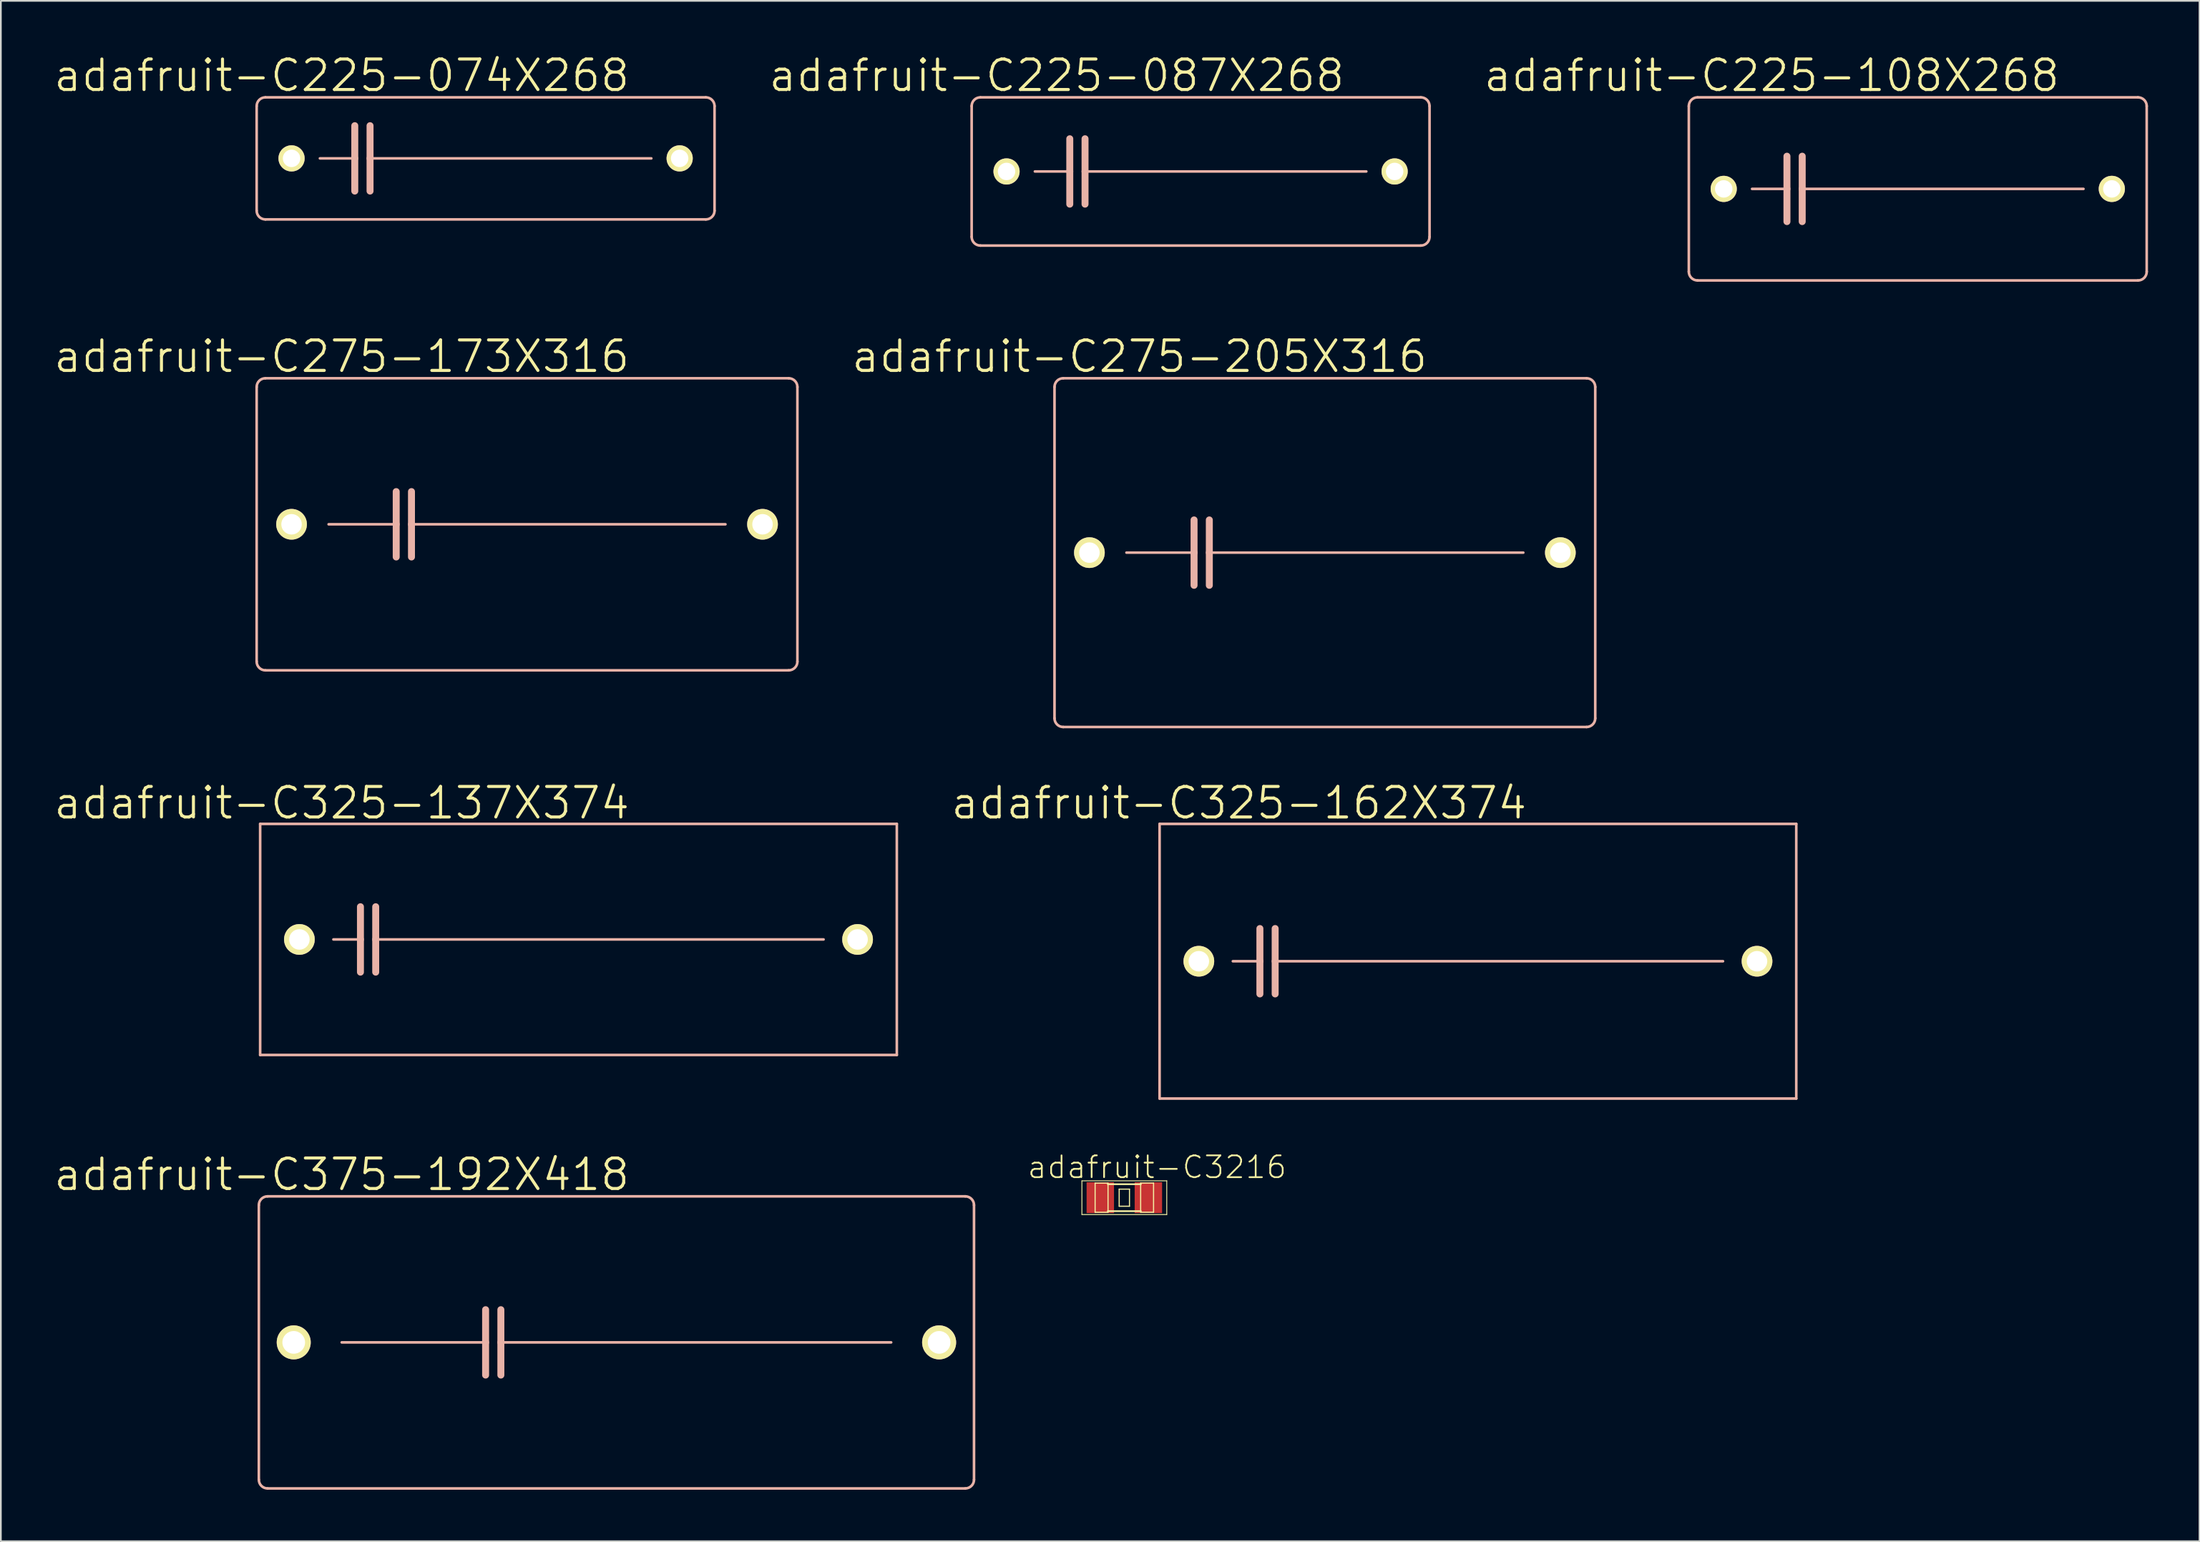
<source format=kicad_pcb>
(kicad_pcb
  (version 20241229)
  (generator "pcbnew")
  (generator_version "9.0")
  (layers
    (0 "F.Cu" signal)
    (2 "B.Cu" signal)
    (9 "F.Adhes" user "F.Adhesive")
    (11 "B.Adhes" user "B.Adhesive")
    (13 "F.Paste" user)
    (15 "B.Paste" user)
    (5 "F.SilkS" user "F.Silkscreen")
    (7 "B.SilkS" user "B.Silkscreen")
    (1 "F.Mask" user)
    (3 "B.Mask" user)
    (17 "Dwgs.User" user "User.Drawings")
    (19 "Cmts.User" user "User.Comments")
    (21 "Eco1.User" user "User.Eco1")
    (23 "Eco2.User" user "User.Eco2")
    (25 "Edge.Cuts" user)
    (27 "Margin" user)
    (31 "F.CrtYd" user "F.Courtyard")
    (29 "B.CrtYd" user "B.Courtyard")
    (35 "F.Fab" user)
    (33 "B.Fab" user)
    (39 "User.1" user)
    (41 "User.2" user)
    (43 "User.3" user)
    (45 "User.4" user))
  (footprint "adafruit-C3216"
    (layer "F.Cu")
    (at 62.439 66.734)
    (property "Reference" "adafruit-C3216" (at 1.905 -1.778 0) (layer "F.SilkS") (effects (font (size 1.27 1.27) (thickness 0.102))))
    (attr smd)
    (fp_line (start -2.471 -0.983) (end 2.471 -0.983) (stroke (width 0.051) (type solid)) (layer "F.SilkS"))
    (fp_line (start -2.471 0.983) (end -2.471 -0.983) (stroke (width 0.051) (type solid)) (layer "F.SilkS"))
    (fp_line (start -1.702 -0.848) (end -0.95 -0.848) (stroke (width 0.066) (type solid)) (layer "F.SilkS"))
    (fp_line (start -1.702 0.851) (end -1.702 -0.848) (stroke (width 0.066) (type solid)) (layer "F.SilkS"))
    (fp_line (start -1.702 0.851) (end -0.95 0.851) (stroke (width 0.066) (type solid)) (layer "F.SilkS"))
    (fp_line (start -0.963 -0.785) (end 0.963 -0.785) (stroke (width 0.102) (type solid)) (layer "F.SilkS"))
    (fp_line (start -0.963 0.785) (end 0.963 0.785) (stroke (width 0.102) (type solid)) (layer "F.SilkS"))
    (fp_line (start -0.95 0.851) (end -0.95 -0.848) (stroke (width 0.066) (type solid)) (layer "F.SilkS"))
    (fp_line (start -0.3 -0.498) (end 0.3 -0.498) (stroke (width 0.066) (type solid)) (layer "F.SilkS"))
    (fp_line (start -0.3 0.498) (end -0.3 -0.498) (stroke (width 0.066) (type solid)) (layer "F.SilkS"))
    (fp_line (start -0.3 0.498) (end 0.3 0.498) (stroke (width 0.066) (type solid)) (layer "F.SilkS"))
    (fp_line (start 0.3 0.498) (end 0.3 -0.498) (stroke (width 0.066) (type solid)) (layer "F.SilkS"))
    (fp_line (start 0.95 -0.851) (end 1.702 -0.851) (stroke (width 0.066) (type solid)) (layer "F.SilkS"))
    (fp_line (start 0.95 0.848) (end 0.95 -0.851) (stroke (width 0.066) (type solid)) (layer "F.SilkS"))
    (fp_line (start 0.95 0.848) (end 1.702 0.848) (stroke (width 0.066) (type solid)) (layer "F.SilkS"))
    (fp_line (start 1.702 0.848) (end 1.702 -0.851) (stroke (width 0.066) (type solid)) (layer "F.SilkS"))
    (fp_line (start 2.471 -0.983) (end 2.471 0.983) (stroke (width 0.051) (type solid)) (layer "F.SilkS"))
    (fp_line (start 2.471 0.983) (end -2.471 0.983) (stroke (width 0.051) (type solid)) (layer "F.SilkS"))
    (pad "1" smd rect (at -1.4 0) (size 1.598 1.798) (layers "F.Cu" "F.Mask" "F.Paste"))
    (pad "2" smd rect (at 1.4 0) (size 1.598 1.798) (layers "F.Cu" "F.Mask" "F.Paste")))
  (footprint "adafruit-C275-205X316"
    (layer "F.Cu")
    (at 74.12 29.149)
    (property "Reference" "adafruit-C275-205X316" (at -10.795 -11.43 0) (layer "F.SilkS") (effects (font (size 1.778 1.778) (thickness 0.178))))
    (attr exclude_from_pos_files exclude_from_bom)
    (fp_line (start -15.748 9.652) (end -15.748 -9.652) (stroke (width 0.152) (type solid)) (layer "B.SilkS"))
    (fp_line (start -15.24 -10.16) (end 15.24 -10.16) (stroke (width 0.152) (type solid)) (layer "B.SilkS"))
    (fp_line (start -11.557 0) (end -7.62 0) (stroke (width 0.152) (type solid)) (layer "B.SilkS"))
    (fp_line (start -7.62 -1.905) (end -7.62 0) (stroke (width 0.406) (type solid)) (layer "B.SilkS"))
    (fp_line (start -7.62 0) (end -7.62 1.905) (stroke (width 0.406) (type solid)) (layer "B.SilkS"))
    (fp_line (start -6.731 -1.905) (end -6.731 0) (stroke (width 0.406) (type solid)) (layer "B.SilkS"))
    (fp_line (start -6.731 0) (end -6.731 1.905) (stroke (width 0.406) (type solid)) (layer "B.SilkS"))
    (fp_line (start -6.731 0) (end 11.557 0) (stroke (width 0.152) (type solid)) (layer "B.SilkS"))
    (fp_line (start 15.24 10.16) (end -15.24 10.16) (stroke (width 0.152) (type solid)) (layer "B.SilkS"))
    (fp_line (start 15.748 -9.652) (end 15.748 9.652) (stroke (width 0.152) (type solid)) (layer "B.SilkS"))
    (fp_arc (start -15.748 -9.652) (mid -15.59921 -10.01121) (end -15.24 -10.16) (stroke (width 0.1524) (type solid)) (layer "B.SilkS"))
    (fp_arc (start -15.24 10.16) (mid -15.59921 10.01121) (end -15.748 9.652) (stroke (width 0.1524) (type solid)) (layer "B.SilkS"))
    (fp_arc (start 15.24 -10.16) (mid 15.59921 -10.01121) (end 15.748 -9.652) (stroke (width 0.1524) (type solid)) (layer "B.SilkS"))
    (fp_arc (start 15.748 9.652) (mid 15.59921 10.01121) (end 15.24 10.16) (stroke (width 0.1524) (type solid)) (layer "B.SilkS"))
    (pad "1" thru_hole circle (at -13.716 0) (size 1.788 1.788) (drill 1.194) (layers "*.Cu" "F.Mask" "F.SilkS" "F.Paste"))
    (pad "2" thru_hole circle (at 13.716 0) (size 1.788 1.788) (drill 1.194) (layers "*.Cu" "F.Mask" "F.SilkS" "F.Paste")))
  (footprint "adafruit-C225-087X268"
    (layer "F.Cu")
    (at 66.881 6.94)
    (property "Reference" "adafruit-C225-087X268" (at -8.382 -5.588 0) (layer "F.SilkS") (effects (font (size 1.778 1.778) (thickness 0.178))))
    (attr exclude_from_pos_files exclude_from_bom)
    (fp_line (start -13.335 3.81) (end -13.335 -3.81) (stroke (width 0.152) (type solid)) (layer "B.SilkS"))
    (fp_line (start -12.827 -4.318) (end 12.827 -4.318) (stroke (width 0.152) (type solid)) (layer "B.SilkS"))
    (fp_line (start -9.652 0) (end -7.62 0) (stroke (width 0.152) (type solid)) (layer "B.SilkS"))
    (fp_line (start -7.62 -1.905) (end -7.62 0) (stroke (width 0.406) (type solid)) (layer "B.SilkS"))
    (fp_line (start -7.62 0) (end -7.62 1.905) (stroke (width 0.406) (type solid)) (layer "B.SilkS"))
    (fp_line (start -6.731 -1.905) (end -6.731 0) (stroke (width 0.406) (type solid)) (layer "B.SilkS"))
    (fp_line (start -6.731 0) (end -6.731 1.905) (stroke (width 0.406) (type solid)) (layer "B.SilkS"))
    (fp_line (start -6.731 0) (end 9.652 0) (stroke (width 0.152) (type solid)) (layer "B.SilkS"))
    (fp_line (start 12.827 4.318) (end -12.827 4.318) (stroke (width 0.152) (type solid)) (layer "B.SilkS"))
    (fp_line (start 13.335 -3.81) (end 13.335 3.81) (stroke (width 0.152) (type solid)) (layer "B.SilkS"))
    (fp_arc (start -13.335 -3.81) (mid -13.18621 -4.16921) (end -12.827 -4.318) (stroke (width 0.1524) (type solid)) (layer "B.SilkS"))
    (fp_arc (start -12.827 4.318) (mid -13.18621 4.16921) (end -13.335 3.81) (stroke (width 0.1524) (type solid)) (layer "B.SilkS"))
    (fp_arc (start 12.827 -4.318) (mid 13.18621 -4.16921) (end 13.335 -3.81) (stroke (width 0.1524) (type solid)) (layer "B.SilkS"))
    (fp_arc (start 13.335 3.81) (mid 13.18621 4.16921) (end 12.827 4.318) (stroke (width 0.1524) (type solid)) (layer "B.SilkS"))
    (pad "1" thru_hole circle (at -11.303 0) (size 1.524 1.524) (drill 1.016) (layers "*.Cu" "F.Mask" "F.SilkS" "F.Paste"))
    (pad "2" thru_hole circle (at 11.303 0) (size 1.524 1.524) (drill 1.016) (layers "*.Cu" "F.Mask" "F.SilkS" "F.Paste")))
  (footprint "adafruit-C275-173X316"
    (layer "F.Cu")
    (at 27.648 27.498)
    (property "Reference" "adafruit-C275-173X316" (at -10.795 -9.779 0) (layer "F.SilkS") (effects (font (size 1.778 1.778) (thickness 0.178))))
    (attr exclude_from_pos_files exclude_from_bom)
    (fp_line (start -15.748 8.001) (end -15.748 -8.001) (stroke (width 0.152) (type solid)) (layer "B.SilkS"))
    (fp_line (start -15.24 -8.509) (end 15.24 -8.509) (stroke (width 0.152) (type solid)) (layer "B.SilkS"))
    (fp_line (start -11.557 0) (end -7.62 0) (stroke (width 0.152) (type solid)) (layer "B.SilkS"))
    (fp_line (start -7.62 -1.905) (end -7.62 0) (stroke (width 0.406) (type solid)) (layer "B.SilkS"))
    (fp_line (start -7.62 0) (end -7.62 1.905) (stroke (width 0.406) (type solid)) (layer "B.SilkS"))
    (fp_line (start -6.731 -1.905) (end -6.731 0) (stroke (width 0.406) (type solid)) (layer "B.SilkS"))
    (fp_line (start -6.731 0) (end -6.731 1.905) (stroke (width 0.406) (type solid)) (layer "B.SilkS"))
    (fp_line (start -6.731 0) (end 11.557 0) (stroke (width 0.152) (type solid)) (layer "B.SilkS"))
    (fp_line (start 15.24 8.509) (end -15.24 8.509) (stroke (width 0.152) (type solid)) (layer "B.SilkS"))
    (fp_line (start 15.748 -8.001) (end 15.748 8.001) (stroke (width 0.152) (type solid)) (layer "B.SilkS"))
    (fp_arc (start -15.748 -8.001) (mid -15.59921 -8.36021) (end -15.24 -8.509) (stroke (width 0.1524) (type solid)) (layer "B.SilkS"))
    (fp_arc (start -15.24 8.509) (mid -15.59921 8.36021) (end -15.748 8.001) (stroke (width 0.1524) (type solid)) (layer "B.SilkS"))
    (fp_arc (start 15.24 -8.509) (mid 15.59921 -8.36021) (end 15.748 -8.001) (stroke (width 0.1524) (type solid)) (layer "B.SilkS"))
    (fp_arc (start 15.748 8.001) (mid 15.59921 8.36021) (end 15.24 8.509) (stroke (width 0.1524) (type solid)) (layer "B.SilkS"))
    (pad "1" thru_hole circle (at -13.716 0) (size 1.788 1.788) (drill 1.194) (layers "*.Cu" "F.Mask" "F.SilkS" "F.Paste"))
    (pad "2" thru_hole circle (at 13.716 0) (size 1.788 1.788) (drill 1.194) (layers "*.Cu" "F.Mask" "F.SilkS" "F.Paste")))
  (footprint "adafruit-C325-162X374"
    (layer "F.Cu")
    (at 83.035 52.957)
    (property "Reference" "adafruit-C325-162X374" (at -13.919 -9.22 0) (layer "F.SilkS") (effects (font (size 1.778 1.778) (thickness 0.178))))
    (attr exclude_from_pos_files exclude_from_bom)
    (fp_line (start -18.542 -8.001) (end -18.542 8.001) (stroke (width 0.152) (type solid)) (layer "B.SilkS"))
    (fp_line (start -18.542 8.001) (end 18.542 8.001) (stroke (width 0.152) (type solid)) (layer "B.SilkS"))
    (fp_line (start -14.275 0) (end -12.7 0) (stroke (width 0.152) (type solid)) (layer "B.SilkS"))
    (fp_line (start -12.7 -1.905) (end -12.7 0) (stroke (width 0.406) (type solid)) (layer "B.SilkS"))
    (fp_line (start -12.7 0) (end -12.7 1.905) (stroke (width 0.406) (type solid)) (layer "B.SilkS"))
    (fp_line (start -11.811 -1.905) (end -11.811 0) (stroke (width 0.406) (type solid)) (layer "B.SilkS"))
    (fp_line (start -11.811 0) (end -11.811 1.905) (stroke (width 0.406) (type solid)) (layer "B.SilkS"))
    (fp_line (start -11.811 0) (end 14.275 0) (stroke (width 0.152) (type solid)) (layer "B.SilkS"))
    (fp_line (start 18.542 -8.001) (end -18.542 -8.001) (stroke (width 0.152) (type solid)) (layer "B.SilkS"))
    (fp_line (start 18.542 -8.001) (end 18.542 8.001) (stroke (width 0.152) (type solid)) (layer "B.SilkS"))
    (pad "1" thru_hole circle (at -16.256 0) (size 1.788 1.788) (drill 1.194) (layers "*.Cu" "F.Mask" "F.SilkS" "F.Paste"))
    (pad "2" thru_hole circle (at 16.256 0) (size 1.788 1.788) (drill 1.194) (layers "*.Cu" "F.Mask" "F.SilkS" "F.Paste")))
  (footprint "adafruit-C225-108X268"
    (layer "F.Cu")
    (at 108.654 7.956)
    (property "Reference" "adafruit-C225-108X268" (at -8.509 -6.604 0) (layer "F.SilkS") (effects (font (size 1.778 1.778) (thickness 0.178))))
    (attr exclude_from_pos_files exclude_from_bom)
    (fp_line (start -13.335 4.826) (end -13.335 -4.826) (stroke (width 0.152) (type solid)) (layer "B.SilkS"))
    (fp_line (start -12.827 -5.334) (end 12.827 -5.334) (stroke (width 0.152) (type solid)) (layer "B.SilkS"))
    (fp_line (start -9.652 0) (end -7.62 0) (stroke (width 0.152) (type solid)) (layer "B.SilkS"))
    (fp_line (start -7.62 -1.905) (end -7.62 0) (stroke (width 0.406) (type solid)) (layer "B.SilkS"))
    (fp_line (start -7.62 0) (end -7.62 1.905) (stroke (width 0.406) (type solid)) (layer "B.SilkS"))
    (fp_line (start -6.731 -1.905) (end -6.731 0) (stroke (width 0.406) (type solid)) (layer "B.SilkS"))
    (fp_line (start -6.731 0) (end -6.731 1.905) (stroke (width 0.406) (type solid)) (layer "B.SilkS"))
    (fp_line (start -6.731 0) (end 9.652 0) (stroke (width 0.152) (type solid)) (layer "B.SilkS"))
    (fp_line (start 12.827 5.334) (end -12.827 5.334) (stroke (width 0.152) (type solid)) (layer "B.SilkS"))
    (fp_line (start 13.335 -4.826) (end 13.335 4.826) (stroke (width 0.152) (type solid)) (layer "B.SilkS"))
    (fp_arc (start -13.335 -4.826) (mid -13.18621 -5.18521) (end -12.827 -5.334) (stroke (width 0.1524) (type solid)) (layer "B.SilkS"))
    (fp_arc (start -12.827 5.334) (mid -13.18621 5.18521) (end -13.335 4.826) (stroke (width 0.1524) (type solid)) (layer "B.SilkS"))
    (fp_arc (start 12.827 -5.334) (mid 13.18621 -5.18521) (end 13.335 -4.826) (stroke (width 0.1524) (type solid)) (layer "B.SilkS"))
    (fp_arc (start 13.335 4.826) (mid 13.18621 5.18521) (end 12.827 5.334) (stroke (width 0.1524) (type solid)) (layer "B.SilkS"))
    (pad "1" thru_hole circle (at -11.303 0) (size 1.524 1.524) (drill 1.016) (layers "*.Cu" "F.Mask" "F.SilkS" "F.Paste"))
    (pad "2" thru_hole circle (at 11.303 0) (size 1.524 1.524) (drill 1.016) (layers "*.Cu" "F.Mask" "F.SilkS" "F.Paste")))
  (footprint "adafruit-C325-137X374"
    (layer "F.Cu")
    (at 30.645 51.687)
    (property "Reference" "adafruit-C325-137X374" (at -13.792 -7.95 0) (layer "F.SilkS") (effects (font (size 1.778 1.778) (thickness 0.178))))
    (attr exclude_from_pos_files exclude_from_bom)
    (fp_line (start -18.542 -6.731) (end -18.542 6.731) (stroke (width 0.152) (type solid)) (layer "B.SilkS"))
    (fp_line (start -18.542 6.731) (end 18.542 6.731) (stroke (width 0.152) (type solid)) (layer "B.SilkS"))
    (fp_line (start -14.275 0) (end -12.7 0) (stroke (width 0.152) (type solid)) (layer "B.SilkS"))
    (fp_line (start -12.7 -1.905) (end -12.7 0) (stroke (width 0.406) (type solid)) (layer "B.SilkS"))
    (fp_line (start -12.7 0) (end -12.7 1.905) (stroke (width 0.406) (type solid)) (layer "B.SilkS"))
    (fp_line (start -11.811 -1.905) (end -11.811 0) (stroke (width 0.406) (type solid)) (layer "B.SilkS"))
    (fp_line (start -11.811 0) (end -11.811 1.905) (stroke (width 0.406) (type solid)) (layer "B.SilkS"))
    (fp_line (start -11.811 0) (end 14.275 0) (stroke (width 0.152) (type solid)) (layer "B.SilkS"))
    (fp_line (start 18.542 -6.731) (end -18.542 -6.731) (stroke (width 0.152) (type solid)) (layer "B.SilkS"))
    (fp_line (start 18.542 -6.731) (end 18.542 6.731) (stroke (width 0.152) (type solid)) (layer "B.SilkS"))
    (pad "1" thru_hole circle (at -16.256 0) (size 1.788 1.788) (drill 1.194) (layers "*.Cu" "F.Mask" "F.SilkS" "F.Paste"))
    (pad "2" thru_hole circle (at 16.256 0) (size 1.788 1.788) (drill 1.194) (layers "*.Cu" "F.Mask" "F.SilkS" "F.Paste")))
  (footprint "adafruit-C375-192X418"
    (layer "F.Cu")
    (at 32.855 75.165)
    (property "Reference" "adafruit-C375-192X418" (at -16.002 -9.779 0) (layer "F.SilkS") (effects (font (size 1.778 1.778) (thickness 0.178))))
    (attr exclude_from_pos_files exclude_from_bom)
    (fp_line (start -20.828 8.001) (end -20.828 -8.001) (stroke (width 0.152) (type solid)) (layer "B.SilkS"))
    (fp_line (start -20.32 -8.509) (end 20.32 -8.509) (stroke (width 0.152) (type solid)) (layer "B.SilkS"))
    (fp_line (start -16.002 0) (end -7.62 0) (stroke (width 0.152) (type solid)) (layer "B.SilkS"))
    (fp_line (start -7.62 -1.905) (end -7.62 0) (stroke (width 0.406) (type solid)) (layer "B.SilkS"))
    (fp_line (start -7.62 0) (end -7.62 1.905) (stroke (width 0.406) (type solid)) (layer "B.SilkS"))
    (fp_line (start -6.731 -1.905) (end -6.731 0) (stroke (width 0.406) (type solid)) (layer "B.SilkS"))
    (fp_line (start -6.731 0) (end -6.731 1.905) (stroke (width 0.406) (type solid)) (layer "B.SilkS"))
    (fp_line (start -6.731 0) (end 16.002 0) (stroke (width 0.152) (type solid)) (layer "B.SilkS"))
    (fp_line (start 20.32 8.509) (end -20.32 8.509) (stroke (width 0.152) (type solid)) (layer "B.SilkS"))
    (fp_line (start 20.828 -8.001) (end 20.828 8.001) (stroke (width 0.152) (type solid)) (layer "B.SilkS"))
    (fp_arc (start -20.828 -8.001) (mid -20.67921 -8.36021) (end -20.32 -8.509) (stroke (width 0.1524) (type solid)) (layer "B.SilkS"))
    (fp_arc (start -20.32 8.509) (mid -20.67921 8.36021) (end -20.828 8.001) (stroke (width 0.1524) (type solid)) (layer "B.SilkS"))
    (fp_arc (start 20.32 -8.509) (mid 20.67921 -8.36021) (end 20.828 -8.001) (stroke (width 0.1524) (type solid)) (layer "B.SilkS"))
    (fp_arc (start 20.828 8.001) (mid 20.67921 8.36021) (end 20.32 8.509) (stroke (width 0.1524) (type solid)) (layer "B.SilkS"))
    (pad "1" thru_hole circle (at -18.796 0) (size 1.981 1.981) (drill 1.321) (layers "*.Cu" "F.Mask" "F.SilkS" "F.Paste"))
    (pad "2" thru_hole circle (at 18.796 0) (size 1.981 1.981) (drill 1.321) (layers "*.Cu" "F.Mask" "F.SilkS" "F.Paste")))
  (footprint "adafruit-C225-074X268"
    (layer "F.Cu")
    (at 25.235 6.178)
    (property "Reference" "adafruit-C225-074X268" (at -8.382 -4.826 0) (layer "F.SilkS") (effects (font (size 1.778 1.778) (thickness 0.178))))
    (attr exclude_from_pos_files exclude_from_bom)
    (fp_line (start -13.335 3.048) (end -13.335 -3.048) (stroke (width 0.152) (type solid)) (layer "B.SilkS"))
    (fp_line (start -12.827 -3.556) (end 12.827 -3.556) (stroke (width 0.152) (type solid)) (layer "B.SilkS"))
    (fp_line (start -9.652 0) (end -7.62 0) (stroke (width 0.152) (type solid)) (layer "B.SilkS"))
    (fp_line (start -7.62 -1.905) (end -7.62 0) (stroke (width 0.406) (type solid)) (layer "B.SilkS"))
    (fp_line (start -7.62 0) (end -7.62 1.905) (stroke (width 0.406) (type solid)) (layer "B.SilkS"))
    (fp_line (start -6.731 -1.905) (end -6.731 0) (stroke (width 0.406) (type solid)) (layer "B.SilkS"))
    (fp_line (start -6.731 0) (end -6.731 1.905) (stroke (width 0.406) (type solid)) (layer "B.SilkS"))
    (fp_line (start -6.731 0) (end 9.652 0) (stroke (width 0.152) (type solid)) (layer "B.SilkS"))
    (fp_line (start 12.827 3.556) (end -12.827 3.556) (stroke (width 0.152) (type solid)) (layer "B.SilkS"))
    (fp_line (start 13.335 -3.048) (end 13.335 3.048) (stroke (width 0.152) (type solid)) (layer "B.SilkS"))
    (fp_arc (start -13.335 -3.048) (mid -13.18621 -3.40721) (end -12.827 -3.556) (stroke (width 0.1524) (type solid)) (layer "B.SilkS"))
    (fp_arc (start -12.827 3.556) (mid -13.18621 3.40721) (end -13.335 3.048) (stroke (width 0.1524) (type solid)) (layer "B.SilkS"))
    (fp_arc (start 12.827 -3.556) (mid 13.18621 -3.40721) (end 13.335 -3.048) (stroke (width 0.1524) (type solid)) (layer "B.SilkS"))
    (fp_arc (start 13.335 3.048) (mid 13.18621 3.40721) (end 12.827 3.556) (stroke (width 0.1524) (type solid)) (layer "B.SilkS"))
    (pad "1" thru_hole circle (at -11.303 0) (size 1.524 1.524) (drill 1.016) (layers "*.Cu" "F.Mask" "F.SilkS" "F.Paste"))
    (pad "2" thru_hole circle (at 11.303 0) (size 1.524 1.524) (drill 1.016) (layers "*.Cu" "F.Mask" "F.SilkS" "F.Paste")))
  (gr_rect
    (start -3 -3)
    (end 125.065 86.751)
    (stroke (width 0.1) (type default))
    (fill no)
    (layer "Edge.Cuts")))
</source>
